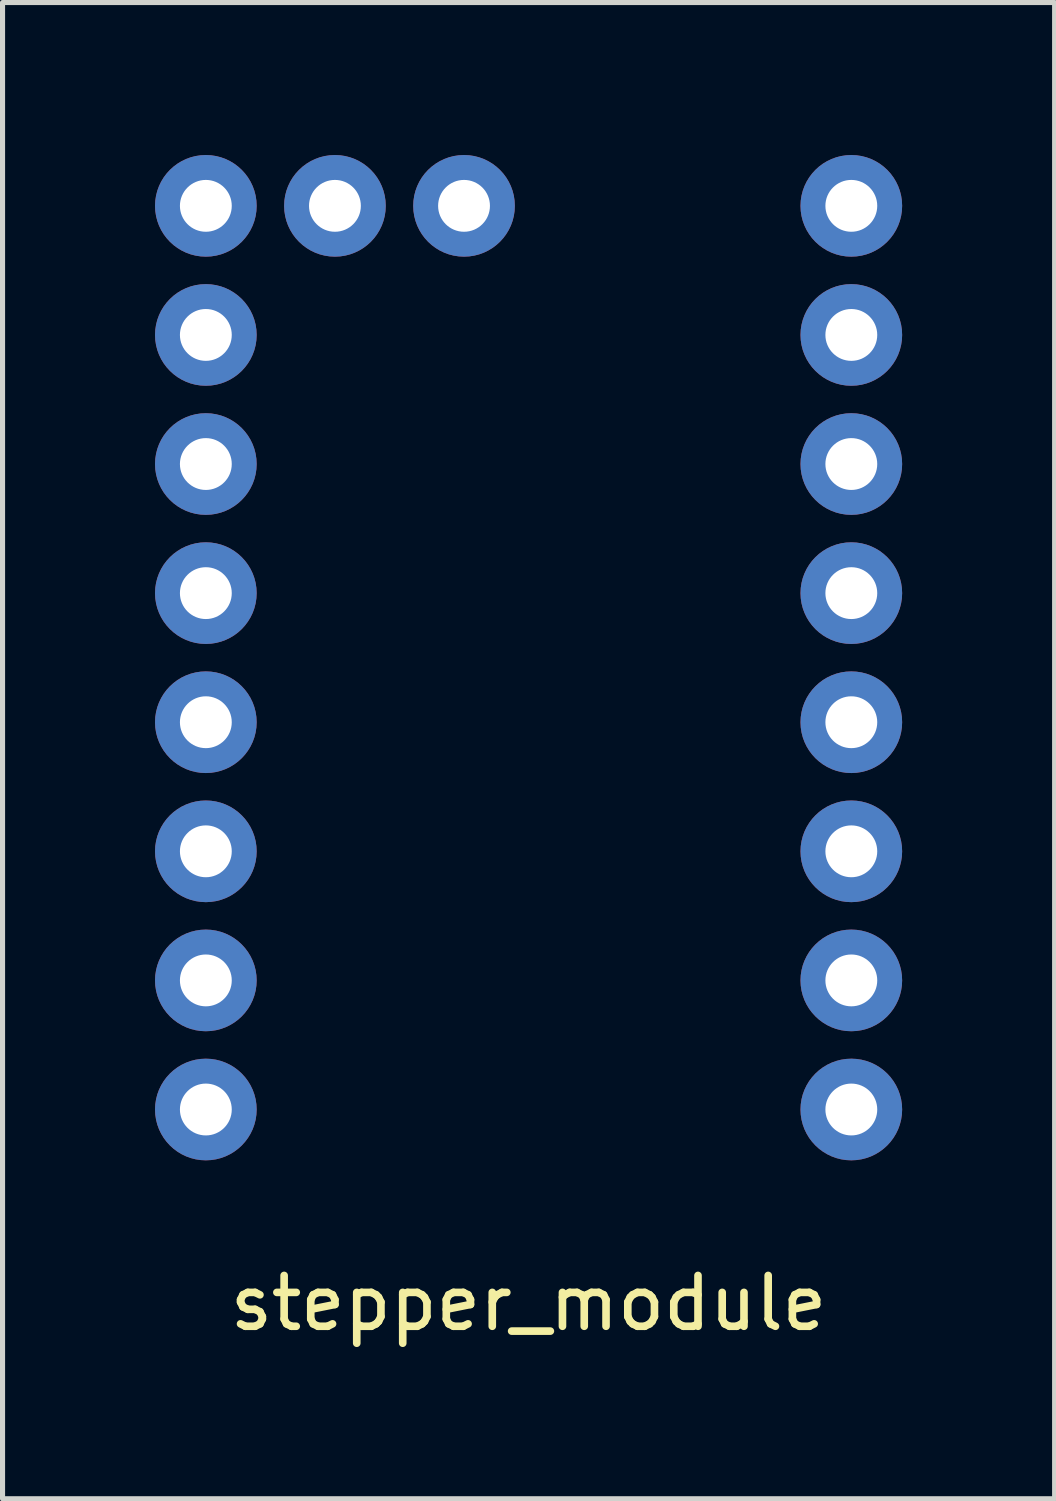
<source format=kicad_pcb>
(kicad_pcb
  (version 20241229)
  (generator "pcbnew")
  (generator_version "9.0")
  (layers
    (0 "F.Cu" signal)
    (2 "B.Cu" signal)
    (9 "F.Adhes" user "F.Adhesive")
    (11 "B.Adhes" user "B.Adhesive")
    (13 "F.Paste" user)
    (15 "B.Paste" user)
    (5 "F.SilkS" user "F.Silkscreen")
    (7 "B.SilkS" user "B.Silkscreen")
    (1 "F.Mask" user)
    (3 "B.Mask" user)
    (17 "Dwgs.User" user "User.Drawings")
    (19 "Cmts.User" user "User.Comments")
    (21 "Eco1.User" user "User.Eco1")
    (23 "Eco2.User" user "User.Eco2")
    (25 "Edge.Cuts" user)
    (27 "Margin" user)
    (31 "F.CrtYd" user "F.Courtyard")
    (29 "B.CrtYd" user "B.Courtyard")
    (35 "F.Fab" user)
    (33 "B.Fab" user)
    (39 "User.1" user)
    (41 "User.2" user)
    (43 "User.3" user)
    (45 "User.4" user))
  (footprint "stepper_module"
    (layer "F.Cu")
    (at 7.35 9.89)
    (property "Reference" "stepper_module" (at 0 12.7 0) (unlocked yes) (layer "F.SilkS") (effects (font (size 1 1) (thickness 0.15))))
    (attr through_hole)
    (pad "1" thru_hole circle (at -6.35 -8.89) (size 2 2) (drill 1.02) (layers "*.Cu" "*.Mask"))
    (pad "2" thru_hole circle (at -6.35 -6.35) (size 2 2) (drill 1.02) (layers "*.Cu" "*.Mask"))
    (pad "3" thru_hole circle (at -6.35 -3.81) (size 2 2) (drill 1.02) (layers "*.Cu" "*.Mask"))
    (pad "4" thru_hole circle (at -6.35 -1.27) (size 2 2) (drill 1.02) (layers "*.Cu" "*.Mask"))
    (pad "5" thru_hole circle (at -6.35 1.27) (size 2 2) (drill 1.02) (layers "*.Cu" "*.Mask"))
    (pad "6" thru_hole circle (at -6.35 3.81) (size 2 2) (drill 1.02) (layers "*.Cu" "*.Mask"))
    (pad "7" thru_hole circle (at -6.35 6.35) (size 2 2) (drill 1.02) (layers "*.Cu" "*.Mask"))
    (pad "8" thru_hole circle (at -6.35 8.89) (size 2 2) (drill 1.02) (layers "*.Cu" "*.Mask"))
    (pad "9" thru_hole circle (at 6.35 8.89) (size 2 2) (drill 1.02) (layers "*.Cu" "*.Mask"))
    (pad "10" thru_hole circle (at 6.35 6.35) (size 2 2) (drill 1.02) (layers "*.Cu" "*.Mask"))
    (pad "11" thru_hole circle (at 6.35 3.81) (size 2 2) (drill 1.02) (layers "*.Cu" "*.Mask"))
    (pad "12" thru_hole circle (at 6.35 1.27) (size 2 2) (drill 1.02) (layers "*.Cu" "*.Mask"))
    (pad "13" thru_hole circle (at 6.35 -1.27) (size 2 2) (drill 1.02) (layers "*.Cu" "*.Mask"))
    (pad "14" thru_hole circle (at 6.35 -3.81) (size 2 2) (drill 1.02) (layers "*.Cu" "*.Mask"))
    (pad "15" thru_hole circle (at 6.35 -6.35) (size 2 2) (drill 1.02) (layers "*.Cu" "*.Mask"))
    (pad "16" thru_hole circle (at 6.35 -8.89) (size 2 2) (drill 1.02) (layers "*.Cu" "*.Mask"))
    (pad "17" thru_hole circle (at -3.81 -8.89) (size 2 2) (drill 1.02) (layers "*.Cu" "*.Mask"))
    (pad "18" thru_hole circle (at -1.27 -8.89) (size 2 2) (drill 1.02) (layers "*.Cu" "*.Mask")))
  (gr_rect
    (start -3 -3)
    (end 17.7 26.438)
    (stroke (width 0.1) (type default))
    (fill no)
    (layer "Edge.Cuts")))
</source>
